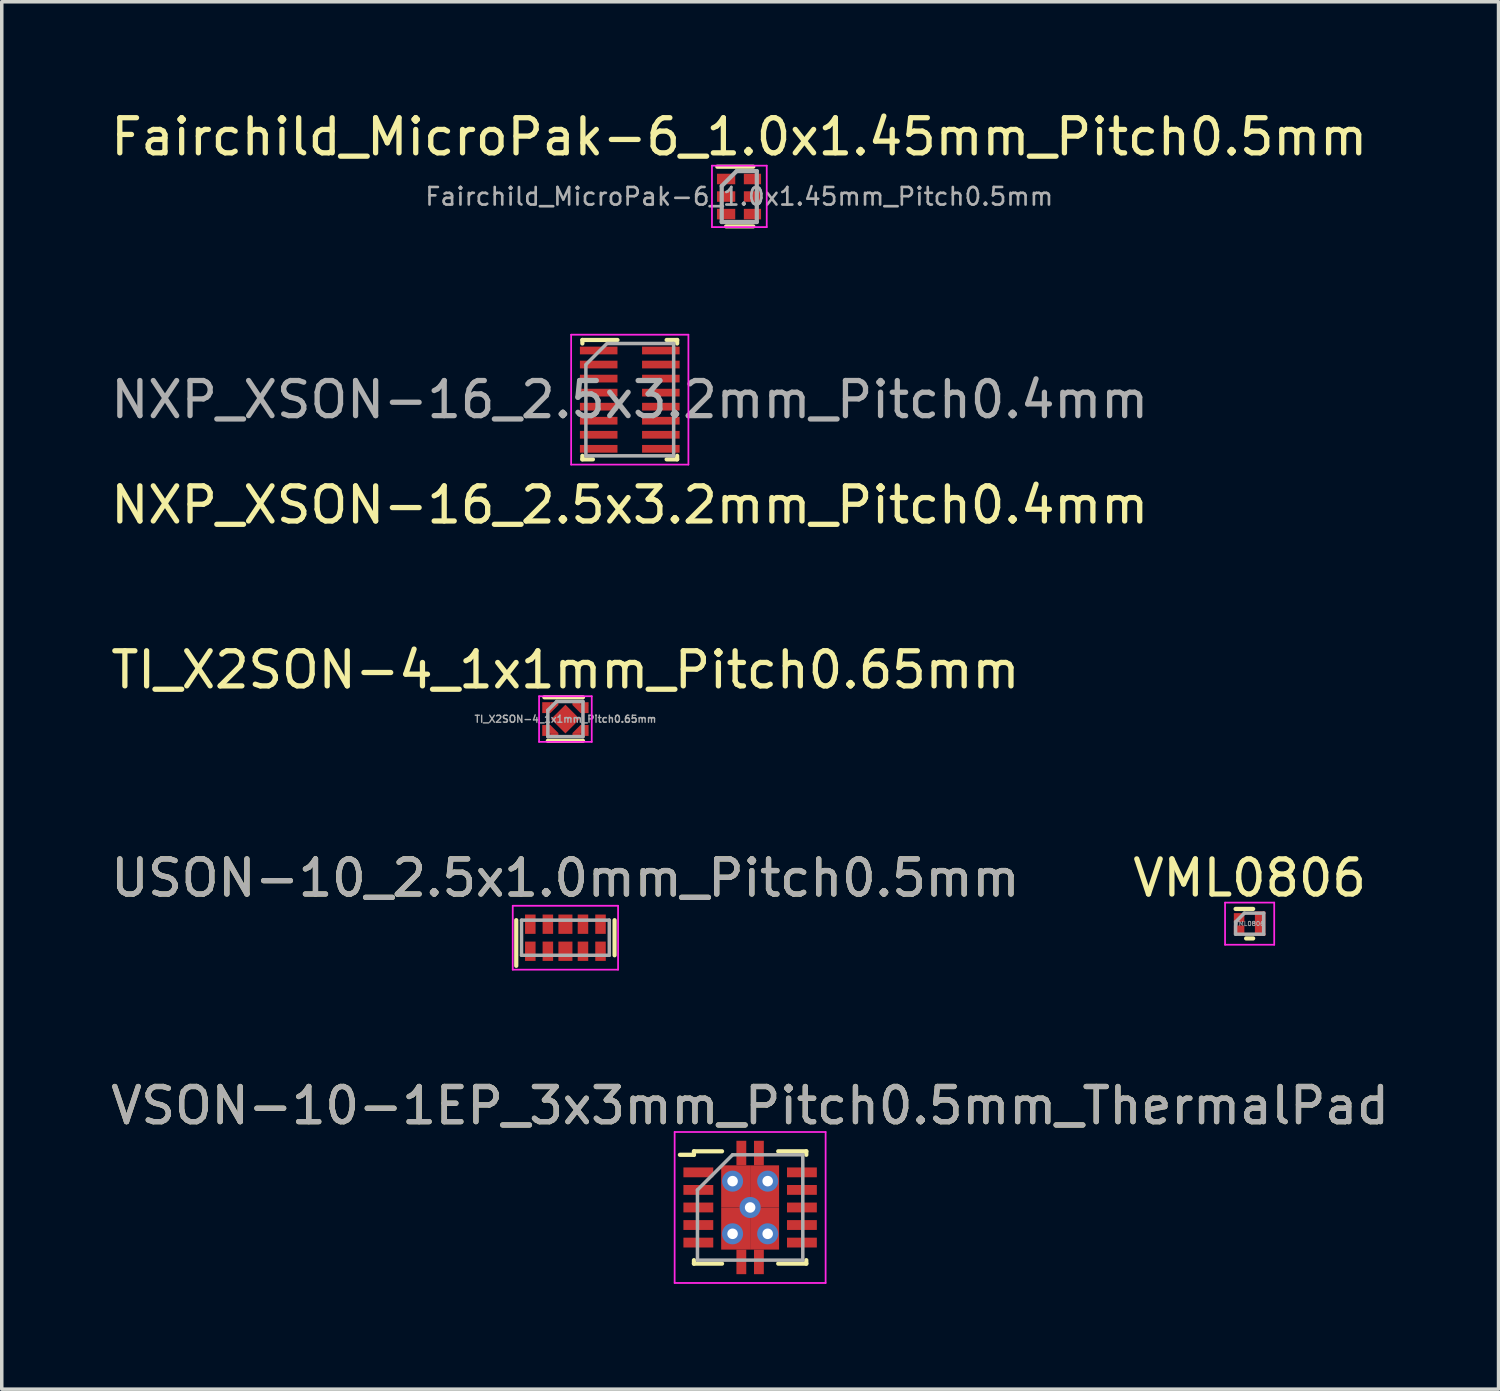
<source format=kicad_pcb>
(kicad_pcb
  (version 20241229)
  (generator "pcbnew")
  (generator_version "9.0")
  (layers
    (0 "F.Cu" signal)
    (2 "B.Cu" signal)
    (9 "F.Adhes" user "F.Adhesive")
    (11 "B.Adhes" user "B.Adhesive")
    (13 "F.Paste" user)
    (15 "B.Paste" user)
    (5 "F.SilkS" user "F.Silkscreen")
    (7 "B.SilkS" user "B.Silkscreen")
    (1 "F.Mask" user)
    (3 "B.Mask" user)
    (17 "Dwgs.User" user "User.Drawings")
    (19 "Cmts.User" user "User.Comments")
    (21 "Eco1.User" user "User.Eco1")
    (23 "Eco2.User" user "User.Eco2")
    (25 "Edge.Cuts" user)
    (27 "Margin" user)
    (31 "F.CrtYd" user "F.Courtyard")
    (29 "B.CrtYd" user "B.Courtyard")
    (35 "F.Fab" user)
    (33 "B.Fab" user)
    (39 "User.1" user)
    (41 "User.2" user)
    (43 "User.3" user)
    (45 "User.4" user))
  (footprint "VML0806"
    (layer "F.Cu")
    (at 32.542 23.258)
    (property "Reference" "VML0806" (at 0 -1.3 0) (layer "F.SilkS") (effects (font (size 1 1) (thickness 0.15))))
    (attr smd)
    (fp_line (start 0.1 -0.42) (end -0.4 -0.42) (stroke (width 0.12) (type solid)) (layer "F.SilkS"))
    (fp_line (start 0.1 0.42) (end -0.1 0.42) (stroke (width 0.12) (type solid)) (layer "F.SilkS"))
    (fp_line (start -0.7 -0.6) (end 0.7 -0.6) (stroke (width 0.05) (type solid)) (layer "F.CrtYd"))
    (fp_line (start -0.7 0.6) (end -0.7 -0.6) (stroke (width 0.05) (type solid)) (layer "F.CrtYd"))
    (fp_line (start 0.7 -0.6) (end 0.7 0.6) (stroke (width 0.05) (type solid)) (layer "F.CrtYd"))
    (fp_line (start 0.7 0.6) (end -0.7 0.6) (stroke (width 0.05) (type solid)) (layer "F.CrtYd"))
    (fp_line (start -0.4 0.3) (end -0.4 -0.05) (stroke (width 0.1) (type solid)) (layer "F.Fab"))
    (fp_line (start -0.15 -0.3) (end -0.4 -0.05) (stroke (width 0.1) (type solid)) (layer "F.Fab"))
    (fp_line (start -0.15 -0.3) (end 0.4 -0.3) (stroke (width 0.1) (type solid)) (layer "F.Fab"))
    (fp_line (start 0.4 -0.3) (end 0.4 0.3) (stroke (width 0.1) (type solid)) (layer "F.Fab"))
    (fp_line (start 0.4 0.3) (end -0.4 0.3) (stroke (width 0.1) (type solid)) (layer "F.Fab"))
    (fp_text user "${REFERENCE}" (at 0 0 0) (layer "F.Fab") (effects (font (size 0.127 0.127) (thickness 0.02))))
    (pad "1" smd rect (at -0.3 -0.175) (size 0.3 0.25) (layers "F.Cu" "F.Mask" "F.Paste"))
    (pad "2" smd rect (at -0.3 0.175) (size 0.3 0.25) (layers "F.Cu" "F.Mask" "F.Paste"))
    (pad "3" smd rect (at 0.3 0) (size 0.3 0.7) (layers "F.Cu" "F.Mask" "F.Paste")))
  (footprint "USON-10_2.5x1.0mm_Pitch0.5mm"
    (layer "F.Cu")
    (at 13.054 23.658)
    (property "Reference" "USON-10_2.5x1.0mm_Pitch0.5mm" (at 0 -1.7 0) (layer "F.SilkS") (effects (font (size 1 1) (thickness 0.15))))
    (attr smd)
    (fp_line (start -1.4 -0.5) (end -1.4 0.8) (stroke (width 0.12) (type solid)) (layer "F.SilkS"))
    (fp_line (start 1.4 -0.5) (end 1.4 0.5) (stroke (width 0.12) (type solid)) (layer "F.SilkS"))
    (fp_line (start -1.5 -0.91) (end 1.5 -0.91) (stroke (width 0.05) (type solid)) (layer "F.CrtYd"))
    (fp_line (start -1.5 0.91) (end -1.5 -0.91) (stroke (width 0.05) (type solid)) (layer "F.CrtYd"))
    (fp_line (start 1.5 -0.91) (end 1.5 0.91) (stroke (width 0.05) (type solid)) (layer "F.CrtYd"))
    (fp_line (start 1.5 0.91) (end -1.5 0.91) (stroke (width 0.05) (type solid)) (layer "F.CrtYd"))
    (fp_line (start -1.25 -0.5) (end -1.25 0.5) (stroke (width 0.1) (type solid)) (layer "F.Fab"))
    (fp_line (start -1.25 -0.5) (end 1.25 -0.5) (stroke (width 0.1) (type solid)) (layer "F.Fab"))
    (fp_line (start -1.25 0.5) (end 1.25 0.5) (stroke (width 0.1) (type solid)) (layer "F.Fab"))
    (fp_line (start 1.25 0.5) (end 1.25 -0.5) (stroke (width 0.1) (type solid)) (layer "F.Fab"))
    (fp_text user "${REFERENCE}" (at 0 -1.7 0) (layer "F.Fab") (effects (font (size 1 1) (thickness 0.15))))
    (pad "1" smd rect (at -1 0.385) (size 0.3 0.55) (layers "F.Cu" "F.Mask" "F.Paste"))
    (pad "2" smd rect (at -0.5 0.385) (size 0.3 0.55) (layers "F.Cu" "F.Mask" "F.Paste"))
    (pad "3" smd rect (at 0 0.385) (size 0.4 0.55) (layers "F.Cu" "F.Mask" "F.Paste"))
    (pad "4" smd rect (at 0.5 0.385) (size 0.3 0.55) (layers "F.Cu" "F.Mask" "F.Paste"))
    (pad "5" smd rect (at 1 0.385) (size 0.3 0.55) (layers "F.Cu" "F.Mask" "F.Paste"))
    (pad "6" smd rect (at 1 -0.385) (size 0.3 0.55) (layers "F.Cu" "F.Mask" "F.Paste"))
    (pad "7" smd rect (at 0.5 -0.385) (size 0.3 0.55) (layers "F.Cu" "F.Mask" "F.Paste"))
    (pad "8" smd rect (at 0 -0.385) (size 0.4 0.55) (layers "F.Cu" "F.Mask" "F.Paste"))
    (pad "9" smd rect (at -0.5 -0.385) (size 0.3 0.55) (layers "F.Cu" "F.Mask" "F.Paste"))
    (pad "10" smd rect (at -1 -0.385) (size 0.3 0.55) (layers "F.Cu" "F.Mask" "F.Paste")))
  (footprint "TI_X2SON-4_1x1mm_Pitch0.65mm"
    (layer "F.Cu")
    (at 13.054 17.43)
    (property "Reference" "TI_X2SON-4_1x1mm_Pitch0.65mm" (at 0 -1.4 0) (layer "F.SilkS") (effects (font (size 1 1) (thickness 0.15))))
    (attr smd)
    (fp_line (start 0.5 -0.62) (end -0.6 -0.62) (stroke (width 0.12) (type solid)) (layer "F.SilkS"))
    (fp_line (start 0.5 0.62) (end -0.5 0.62) (stroke (width 0.12) (type solid)) (layer "F.SilkS"))
    (fp_line (start -0.75 -0.65) (end 0.75 -0.65) (stroke (width 0.05) (type solid)) (layer "F.CrtYd"))
    (fp_line (start -0.75 0.65) (end -0.75 -0.65) (stroke (width 0.05) (type solid)) (layer "F.CrtYd"))
    (fp_line (start 0.75 -0.65) (end 0.75 0.65) (stroke (width 0.05) (type solid)) (layer "F.CrtYd"))
    (fp_line (start 0.75 0.65) (end -0.75 0.65) (stroke (width 0.05) (type solid)) (layer "F.CrtYd"))
    (fp_line (start -0.5 0.5) (end -0.5 -0.25) (stroke (width 0.1) (type solid)) (layer "F.Fab"))
    (fp_line (start -0.25 -0.5) (end -0.5 -0.25) (stroke (width 0.1) (type solid)) (layer "F.Fab"))
    (fp_line (start -0.25 -0.5) (end 0.5 -0.5) (stroke (width 0.1) (type solid)) (layer "F.Fab"))
    (fp_line (start 0.5 -0.5) (end 0.5 0.5) (stroke (width 0.1) (type solid)) (layer "F.Fab"))
    (fp_line (start 0.5 0.5) (end -0.5 0.5) (stroke (width 0.1) (type solid)) (layer "F.Fab"))
    (fp_text user "${REFERENCE}" (at 0 0 0) (layer "F.Fab") (effects (font (size 0.2 0.2) (thickness 0.04))))
    (pad "" smd rect (at -0.55 -0.325) (size 0.2 0.21) (layers "F.Paste"))
    (pad "" smd rect (at -0.55 0.325) (size 0.2 0.21) (layers "F.Paste"))
    (pad "" smd rect (at -0.52 -0.325) (size 0.18 0.21) (layers "F.Mask"))
    (pad "" smd rect (at -0.52 0.325) (size 0.18 0.21) (layers "F.Mask"))
    (pad "" smd trapezoid (at -0.45 -0.31 180) (size 0.2 0.18) (rect_delta 0 0.2) (layers "F.Paste"))
    (pad "" smd trapezoid (at -0.45 0.31) (size 0.2 0.18) (rect_delta 0 0.2) (layers "F.Paste"))
    (pad "" smd trapezoid (at -0.43 -0.31 180) (size 0.18 0.18) (rect_delta 0 0.18) (layers "F.Mask"))
    (pad "" smd trapezoid (at -0.43 0.31) (size 0.18 0.18) (rect_delta 0 0.18) (layers "F.Mask"))
    (pad "" smd rect (at -0.35 -0.415) (size 0.2 0.03) (layers "F.Paste"))
    (pad "" smd rect (at -0.35 0.415) (size 0.2 0.03) (layers "F.Paste"))
    (pad "" smd rect (at -0.34 -0.415) (size 0.18 0.03) (layers "F.Mask"))
    (pad "" smd rect (at -0.34 0.415) (size 0.18 0.03) (layers "F.Mask"))
    (pad "" smd rect (at 0 0 45) (size 0.45 0.45) (layers "F.Paste"))
    (pad "" smd rect (at 0 0 45) (size 0.48 0.48) (layers "F.Mask"))
    (pad "" smd rect (at 0.34 -0.415) (size 0.18 0.03) (layers "F.Mask"))
    (pad "" smd rect (at 0.34 0.415) (size 0.18 0.03) (layers "F.Mask"))
    (pad "" smd rect (at 0.35 -0.415) (size 0.2 0.03) (layers "F.Paste"))
    (pad "" smd rect (at 0.35 0.415) (size 0.2 0.03) (layers "F.Paste"))
    (pad "" smd trapezoid (at 0.43 -0.31 180) (size 0.18 0.18) (rect_delta 0 0.18) (layers "F.Mask"))
    (pad "" smd trapezoid (at 0.43 0.31) (size 0.18 0.18) (rect_delta 0 0.18) (layers "F.Mask"))
    (pad "" smd trapezoid (at 0.45 -0.31 180) (size 0.2 0.18) (rect_delta 0 0.2) (layers "F.Paste"))
    (pad "" smd trapezoid (at 0.45 0.31) (size 0.2 0.18) (rect_delta 0 0.2) (layers "F.Paste"))
    (pad "" smd rect (at 0.52 -0.325) (size 0.18 0.21) (layers "F.Mask"))
    (pad "" smd rect (at 0.52 0.325) (size 0.18 0.21) (layers "F.Mask"))
    (pad "" smd rect (at 0.55 -0.325) (size 0.2 0.21) (layers "F.Paste"))
    (pad "" smd rect (at 0.55 0.325) (size 0.2 0.21) (layers "F.Paste"))
    (pad "1" smd rect (at -0.545 -0.325) (size 0.23 0.31) (layers "F.Cu"))
    (pad "1" smd trapezoid (at -0.43 -0.285 180) (size 0.23 0.23) (rect_delta 0 0.23) (layers "F.Cu"))
    (pad "1" smd rect (at -0.315 -0.44) (size 0.23 0.08) (layers "F.Cu"))
    (pad "2" smd rect (at -0.545 0.325) (size 0.23 0.31) (layers "F.Cu"))
    (pad "2" smd trapezoid (at -0.43 0.285) (size 0.23 0.23) (rect_delta 0 0.23) (layers "F.Cu"))
    (pad "2" smd rect (at -0.315 0.44) (size 0.23 0.08) (layers "F.Cu"))
    (pad "3" smd rect (at 0.315 0.44) (size 0.23 0.08) (layers "F.Cu"))
    (pad "3" smd trapezoid (at 0.43 0.285) (size 0.23 0.23) (rect_delta 0 0.23) (layers "F.Cu"))
    (pad "3" smd rect (at 0.545 0.325) (size 0.23 0.31) (layers "F.Cu"))
    (pad "4" smd rect (at 0.315 -0.44) (size 0.23 0.08) (layers "F.Cu"))
    (pad "4" smd trapezoid (at 0.43 -0.285 180) (size 0.23 0.23) (rect_delta 0 0.23) (layers "F.Cu"))
    (pad "4" smd rect (at 0.545 -0.325) (size 0.23 0.31) (layers "F.Cu"))
    (pad "5" smd rect (at 0 0 45) (size 0.58 0.58) (layers "F.Cu")))
  (footprint "NXP_XSON-16_2.5x3.2mm_Pitch0.4mm"
    (layer "F.Cu")
    (at 14.887 8.333)
    (property "Reference" "NXP_XSON-16_2.5x3.2mm_Pitch0.4mm" (at 0 3 0) (layer "F.SilkS") (effects (font (size 1 1) (thickness 0.15))))
    (attr smd)
    (fp_line (start -1.35 -1.7) (end -1.35 -1.6) (stroke (width 0.12) (type solid)) (layer "F.SilkS"))
    (fp_line (start -1.35 -1.7) (end -0.35 -1.7) (stroke (width 0.12) (type solid)) (layer "F.SilkS"))
    (fp_line (start -1.35 1.6) (end -1.35 1.7) (stroke (width 0.12) (type solid)) (layer "F.SilkS"))
    (fp_line (start -1.35 1.7) (end -1.05 1.7) (stroke (width 0.12) (type solid)) (layer "F.SilkS"))
    (fp_line (start 1.35 -1.7) (end 1.05 -1.7) (stroke (width 0.12) (type solid)) (layer "F.SilkS"))
    (fp_line (start 1.35 -1.7) (end 1.35 -1.6) (stroke (width 0.12) (type solid)) (layer "F.SilkS"))
    (fp_line (start 1.35 1.6) (end 1.35 1.7) (stroke (width 0.12) (type solid)) (layer "F.SilkS"))
    (fp_line (start 1.35 1.7) (end 1.05 1.7) (stroke (width 0.12) (type solid)) (layer "F.SilkS"))
    (fp_line (start -1.67 -1.85) (end -1.67 1.85) (stroke (width 0.05) (type solid)) (layer "F.CrtYd"))
    (fp_line (start -1.67 -1.85) (end 1.67 -1.85) (stroke (width 0.05) (type solid)) (layer "F.CrtYd"))
    (fp_line (start 1.67 1.85) (end -1.67 1.85) (stroke (width 0.05) (type solid)) (layer "F.CrtYd"))
    (fp_line (start 1.67 1.85) (end 1.67 -1.85) (stroke (width 0.05) (type solid)) (layer "F.CrtYd"))
    (fp_line (start -1.25 -0.975) (end -1.25 1.6) (stroke (width 0.1) (type solid)) (layer "F.Fab"))
    (fp_line (start -1.25 1.6) (end 1.25 1.6) (stroke (width 0.1) (type solid)) (layer "F.Fab"))
    (fp_line (start -0.65 -1.6) (end -1.25 -1) (stroke (width 0.1) (type solid)) (layer "F.Fab"))
    (fp_line (start -0.625 -1.6) (end 1.25 -1.6) (stroke (width 0.1) (type solid)) (layer "F.Fab"))
    (fp_line (start 1.25 -1.6) (end 1.25 1.6) (stroke (width 0.1) (type solid)) (layer "F.Fab"))
    (fp_text user "${REFERENCE}" (at 0 0 0) (layer "F.Fab") (effects (font (size 1 1) (thickness 0.15))))
    (pad "1" smd rect (at -0.885 -1.4) (size 1.07 0.22) (layers "F.Cu" "F.Mask" "F.Paste"))
    (pad "2" smd rect (at -0.885 -1) (size 1.07 0.22) (layers "F.Cu" "F.Mask" "F.Paste"))
    (pad "3" smd rect (at -0.885 -0.6) (size 1.07 0.22) (layers "F.Cu" "F.Mask" "F.Paste"))
    (pad "4" smd rect (at -0.885 -0.2) (size 1.07 0.22) (layers "F.Cu" "F.Mask" "F.Paste"))
    (pad "5" smd rect (at -0.885 0.2) (size 1.07 0.22) (layers "F.Cu" "F.Mask" "F.Paste"))
    (pad "6" smd rect (at -0.885 0.6) (size 1.07 0.22) (layers "F.Cu" "F.Mask" "F.Paste"))
    (pad "7" smd rect (at -0.885 1) (size 1.07 0.22) (layers "F.Cu" "F.Mask" "F.Paste"))
    (pad "8" smd rect (at -0.885 1.4) (size 1.07 0.22) (layers "F.Cu" "F.Mask" "F.Paste"))
    (pad "9" smd rect (at 0.885 1.4) (size 1.07 0.22) (layers "F.Cu" "F.Mask" "F.Paste"))
    (pad "10" smd rect (at 0.885 1) (size 1.07 0.22) (layers "F.Cu" "F.Mask" "F.Paste"))
    (pad "11" smd rect (at 0.885 0.6) (size 1.07 0.22) (layers "F.Cu" "F.Mask" "F.Paste"))
    (pad "12" smd rect (at 0.885 0.2) (size 1.07 0.22) (layers "F.Cu" "F.Mask" "F.Paste"))
    (pad "13" smd rect (at 0.885 -0.2) (size 1.07 0.22) (layers "F.Cu" "F.Mask" "F.Paste"))
    (pad "14" smd rect (at 0.885 -0.6) (size 1.07 0.22) (layers "F.Cu" "F.Mask" "F.Paste"))
    (pad "15" smd rect (at 0.885 -1) (size 1.07 0.22) (layers "F.Cu" "F.Mask" "F.Paste"))
    (pad "16" smd rect (at 0.885 -1.4) (size 1.07 0.22) (layers "F.Cu" "F.Mask" "F.Paste")))
  (footprint "VSON-10-1EP_3x3mm_Pitch0.5mm_ThermalPad"
    (layer "F.Cu")
    (at 18.315 31.341)
    (property "Reference" "VSON-10-1EP_3x3mm_Pitch0.5mm_ThermalPad" (at 0 -2.9 0) (layer "F.SilkS") (effects (font (size 1 1) (thickness 0.15))))
    (attr smd)
    (fp_line (start -1.6 -1.6) (end -1.6 -1.5) (stroke (width 0.12) (type solid)) (layer "F.SilkS"))
    (fp_line (start -1.6 -1.5) (end -2 -1.5) (stroke (width 0.12) (type solid)) (layer "F.SilkS"))
    (fp_line (start -1.6 1.5) (end -1.6 1.6) (stroke (width 0.12) (type solid)) (layer "F.SilkS"))
    (fp_line (start -1.6 1.6) (end -0.8 1.6) (stroke (width 0.12) (type solid)) (layer "F.SilkS"))
    (fp_line (start -0.8 -1.6) (end -1.6 -1.6) (stroke (width 0.12) (type solid)) (layer "F.SilkS"))
    (fp_line (start 0.8 -1.6) (end 1.6 -1.6) (stroke (width 0.12) (type solid)) (layer "F.SilkS"))
    (fp_line (start 0.8 1.6) (end 1.6 1.6) (stroke (width 0.12) (type solid)) (layer "F.SilkS"))
    (fp_line (start 1.6 -1.6) (end 1.6 -1.5) (stroke (width 0.12) (type solid)) (layer "F.SilkS"))
    (fp_line (start 1.6 1.6) (end 1.6 1.5) (stroke (width 0.12) (type solid)) (layer "F.SilkS"))
    (fp_line (start -2.15 -2.15) (end 2.15 -2.15) (stroke (width 0.05) (type solid)) (layer "F.CrtYd"))
    (fp_line (start -2.15 2.15) (end -2.15 -2.15) (stroke (width 0.05) (type solid)) (layer "F.CrtYd"))
    (fp_line (start 2.15 -2.15) (end 2.15 2.15) (stroke (width 0.05) (type solid)) (layer "F.CrtYd"))
    (fp_line (start 2.15 2.15) (end -2.15 2.15) (stroke (width 0.05) (type solid)) (layer "F.CrtYd"))
    (fp_line (start -1.5 -0.5) (end -1.5 1.5) (stroke (width 0.1) (type solid)) (layer "F.Fab"))
    (fp_line (start -1.5 -0.5) (end -0.5 -1.5) (stroke (width 0.1) (type solid)) (layer "F.Fab"))
    (fp_line (start -1.5 1.5) (end 1.5 1.5) (stroke (width 0.1) (type solid)) (layer "F.Fab"))
    (fp_line (start -0.5 -1.5) (end 1.5 -1.5) (stroke (width 0.1) (type solid)) (layer "F.Fab"))
    (fp_line (start 1.5 -1.5) (end 1.5 1.5) (stroke (width 0.1) (type solid)) (layer "F.Fab"))
    (fp_text user "${REFERENCE}" (at 0 -2.9 0) (layer "F.Fab") (effects (font (size 1 1) (thickness 0.15))))
    (pad "1" smd rect (at -1.475 -1) (size 0.85 0.28) (layers "F.Cu" "F.Mask" "F.Paste"))
    (pad "2" smd rect (at -1.475 -0.5) (size 0.85 0.28) (layers "F.Cu" "F.Mask" "F.Paste"))
    (pad "3" smd rect (at -1.475 0) (size 0.85 0.28) (layers "F.Cu" "F.Mask" "F.Paste"))
    (pad "4" smd rect (at -1.475 0.5) (size 0.85 0.28) (layers "F.Cu" "F.Mask" "F.Paste"))
    (pad "5" smd rect (at -1.475 1) (size 0.85 0.28) (layers "F.Cu" "F.Mask" "F.Paste"))
    (pad "6" smd rect (at 1.475 1) (size 0.85 0.28) (layers "F.Cu" "F.Mask" "F.Paste"))
    (pad "7" smd rect (at 1.475 0.5) (size 0.85 0.28) (layers "F.Cu" "F.Mask" "F.Paste"))
    (pad "8" smd rect (at 1.475 0) (size 0.85 0.28) (layers "F.Cu" "F.Mask" "F.Paste"))
    (pad "9" smd rect (at 1.475 -0.5) (size 0.85 0.28) (layers "F.Cu" "F.Mask" "F.Paste"))
    (pad "10" smd rect (at 1.475 -1) (size 0.85 0.28) (layers "F.Cu" "F.Mask" "F.Paste"))
    (pad "11" thru_hole circle (at -0.5 -0.75) (size 0.6 0.6) (drill 0.3) (layers "*.Cu" "*.Mask"))
    (pad "11" thru_hole circle (at -0.5 0.75) (size 0.6 0.6) (drill 0.3) (layers "*.Cu" "*.Mask"))
    (pad "11" smd rect (at -0.412 -0.6) (size 0.825 1.2) (layers "F.Cu" "F.Mask" "F.Paste"))
    (pad "11" smd rect (at -0.412 0.6) (size 0.825 1.2) (layers "F.Cu" "F.Mask" "F.Paste"))
    (pad "11" smd rect (at -0.25 -1.55) (size 0.28 0.7) (layers "F.Cu" "F.Mask" "F.Paste"))
    (pad "11" smd rect (at -0.25 1.55) (size 0.28 0.7) (layers "F.Cu" "F.Mask" "F.Paste"))
    (pad "11" thru_hole circle (at 0 0) (size 0.6 0.6) (drill 0.3) (layers "*.Cu" "*.Mask"))
    (pad "11" smd rect (at 0.25 -1.55) (size 0.28 0.7) (layers "F.Cu" "F.Mask" "F.Paste"))
    (pad "11" smd rect (at 0.25 1.55) (size 0.28 0.7) (layers "F.Cu" "F.Mask" "F.Paste"))
    (pad "11" smd rect (at 0.412 -0.6) (size 0.825 1.2) (layers "F.Cu" "F.Mask" "F.Paste"))
    (pad "11" smd rect (at 0.412 0.6) (size 0.825 1.2) (layers "F.Cu" "F.Mask" "F.Paste"))
    (pad "11" thru_hole circle (at 0.5 -0.75) (size 0.6 0.6) (drill 0.3) (layers "*.Cu" "*.Mask"))
    (pad "11" thru_hole circle (at 0.5 0.75) (size 0.6 0.6) (drill 0.3) (layers "*.Cu" "*.Mask")))
  (footprint "Fairchild_MicroPak-6_1.0x1.45mm_Pitch0.5mm"
    (layer "F.Cu")
    (at 17.998 2.548)
    (property "Reference" "Fairchild_MicroPak-6_1.0x1.45mm_Pitch0.5mm" (at 0.007 -1.7 0) (layer "F.SilkS") (effects (font (size 1 1) (thickness 0.15))))
    (attr smd)
    (fp_line (start -0.618 -0.85) (end 0.407 -0.85) (stroke (width 0.12) (type solid)) (layer "F.SilkS"))
    (fp_line (start 0.407 0.85) (end -0.367 0.85) (stroke (width 0.12) (type solid)) (layer "F.SilkS"))
    (fp_line (start -0.77 -0.88) (end -0.77 0.87) (stroke (width 0.05) (type solid)) (layer "F.CrtYd"))
    (fp_line (start -0.77 -0.88) (end 0.79 -0.88) (stroke (width 0.05) (type solid)) (layer "F.CrtYd"))
    (fp_line (start 0.79 0.87) (end -0.77 0.87) (stroke (width 0.05) (type solid)) (layer "F.CrtYd"))
    (fp_line (start 0.79 0.87) (end 0.79 -0.88) (stroke (width 0.05) (type solid)) (layer "F.CrtYd"))
    (fp_line (start -0.492 -0.3) (end -0.068 -0.725) (stroke (width 0.12) (type solid)) (layer "F.Fab"))
    (fp_line (start -0.492 0.725) (end -0.492 -0.3) (stroke (width 0.12) (type solid)) (layer "F.Fab"))
    (fp_line (start -0.068 -0.725) (end 0.507 -0.725) (stroke (width 0.12) (type solid)) (layer "F.Fab"))
    (fp_line (start 0.507 -0.725) (end 0.507 0.725) (stroke (width 0.12) (type solid)) (layer "F.Fab"))
    (fp_line (start 0.507 0.725) (end -0.492 0.725) (stroke (width 0.12) (type solid)) (layer "F.Fab"))
    (fp_text user "${REFERENCE}" (at 0.007 0 0) (layer "F.Fab") (effects (font (size 0.5 0.5) (thickness 0.075))))
    (pad "1" smd rect (at -0.367 -0.5) (size 0.52 0.3) (layers "F.Cu" "F.Mask" "F.Paste"))
    (pad "2" smd rect (at -0.367 0) (size 0.52 0.3) (layers "F.Cu" "F.Mask" "F.Paste"))
    (pad "3" smd rect (at -0.367 0.5) (size 0.52 0.3) (layers "F.Cu" "F.Mask" "F.Paste"))
    (pad "4" smd rect (at 0.383 0.5) (size 0.49 0.3) (layers "F.Cu" "F.Mask" "F.Paste"))
    (pad "5" smd rect (at 0.383 0) (size 0.49 0.3) (layers "F.Cu" "F.Mask" "F.Paste"))
    (pad "6" smd rect (at 0.383 -0.5) (size 0.49 0.3) (layers "F.Cu" "F.Mask" "F.Paste")))
  (gr_rect
    (start -3 -3)
    (end 39.631 36.516)
    (stroke (width 0.1) (type default))
    (fill no)
    (layer "Edge.Cuts")))
</source>
